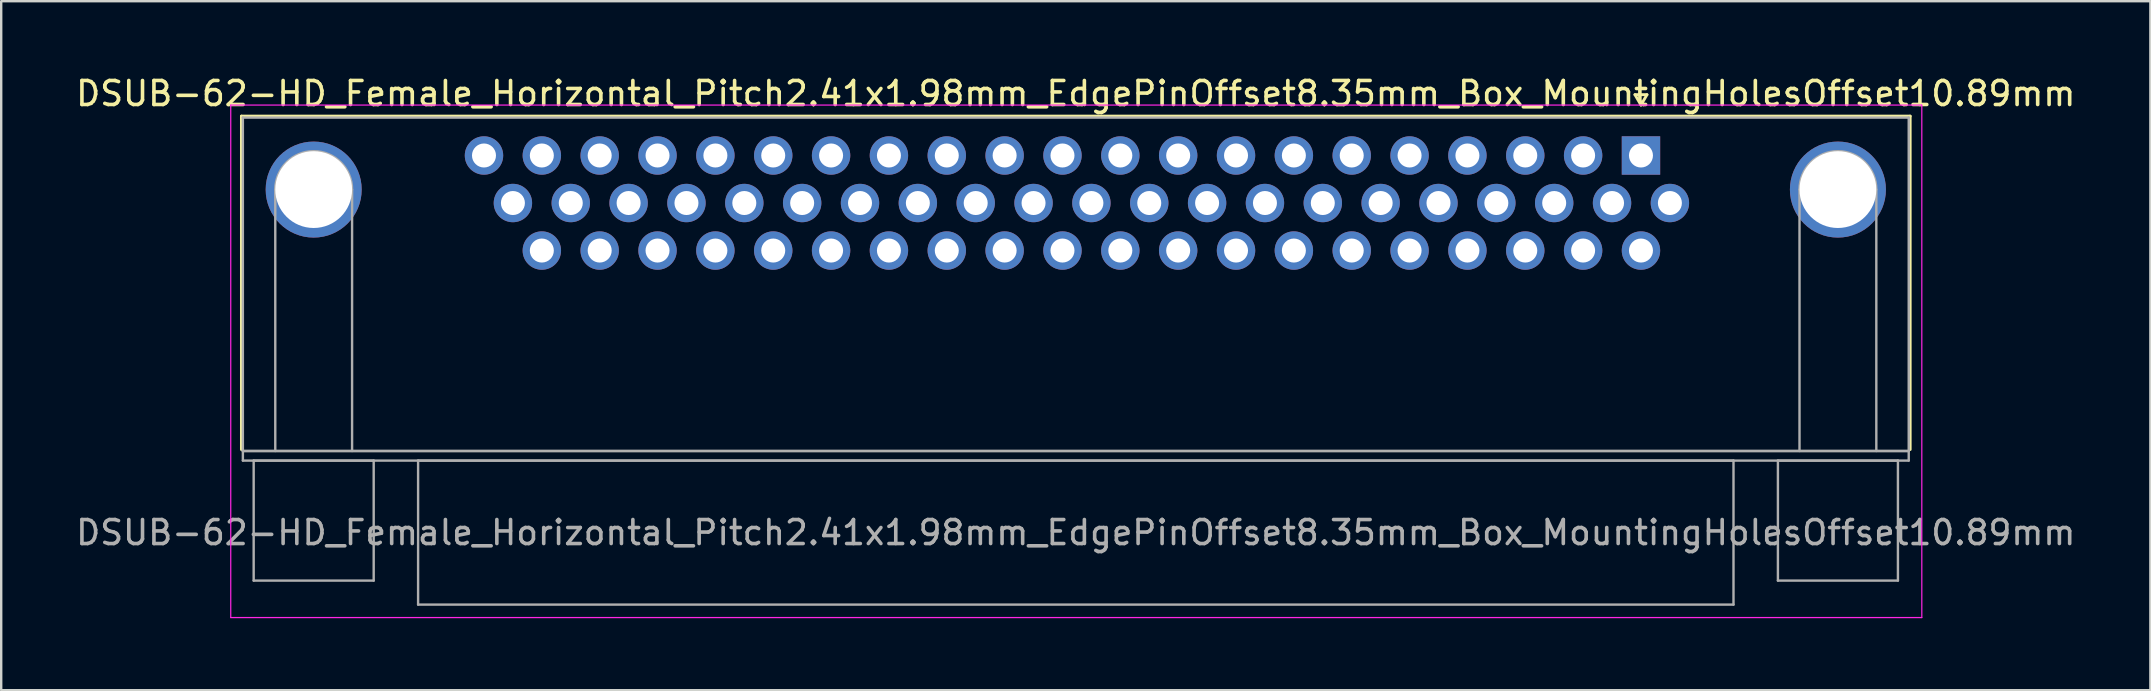
<source format=kicad_pcb>
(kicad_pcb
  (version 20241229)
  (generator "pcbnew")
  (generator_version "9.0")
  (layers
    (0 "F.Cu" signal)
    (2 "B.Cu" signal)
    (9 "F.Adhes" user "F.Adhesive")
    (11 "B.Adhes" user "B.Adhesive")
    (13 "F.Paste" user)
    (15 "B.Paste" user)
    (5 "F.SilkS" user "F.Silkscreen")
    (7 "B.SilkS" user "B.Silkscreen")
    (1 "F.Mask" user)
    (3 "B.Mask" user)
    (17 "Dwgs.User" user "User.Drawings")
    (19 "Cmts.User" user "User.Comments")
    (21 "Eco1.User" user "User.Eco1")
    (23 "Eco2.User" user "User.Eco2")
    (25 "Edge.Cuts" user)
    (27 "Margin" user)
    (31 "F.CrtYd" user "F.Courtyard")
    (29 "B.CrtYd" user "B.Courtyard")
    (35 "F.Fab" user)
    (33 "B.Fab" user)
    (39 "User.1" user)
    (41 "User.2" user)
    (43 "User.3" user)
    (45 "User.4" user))
  (footprint "DSUB-62-HD_Female_Horizontal_Pitch2.41x1.98mm_EdgePinOffset8.35mm_Box_MountingHolesOffset10.89mm"
    (layer "F.Cu")
    (at 65.313 3.428)
    (property "Reference" "DSUB-62-HD_Female_Horizontal_Pitch2.41x1.98mm_EdgePinOffset8.35mm_Box_MountingHolesOffset10.89mm" (at -23.545 -2.58 0) (layer "F.SilkS") (effects (font (size 1 1) (thickness 0.15))))
    (attr through_hole)
    (fp_line (start -58.305 -1.64) (end 11.215 -1.64) (stroke (width 0.12) (type solid)) (layer "F.SilkS"))
    (fp_line (start -58.305 12.25) (end -58.305 -1.64) (stroke (width 0.12) (type solid)) (layer "F.SilkS"))
    (fp_line (start -0.25 -2.534) (end 0.25 -2.534) (stroke (width 0.12) (type solid)) (layer "F.SilkS"))
    (fp_line (start 0 -2.101) (end -0.25 -2.534) (stroke (width 0.12) (type solid)) (layer "F.SilkS"))
    (fp_line (start 0.25 -2.534) (end 0 -2.101) (stroke (width 0.12) (type solid)) (layer "F.SilkS"))
    (fp_line (start 11.215 -1.64) (end 11.215 12.25) (stroke (width 0.12) (type solid)) (layer "F.SilkS"))
    (fp_line (start -58.75 -2.1) (end -58.75 19.25) (stroke (width 0.05) (type solid)) (layer "F.CrtYd"))
    (fp_line (start -58.75 19.25) (end 11.7 19.25) (stroke (width 0.05) (type solid)) (layer "F.CrtYd"))
    (fp_line (start 11.7 -2.1) (end -58.75 -2.1) (stroke (width 0.05) (type solid)) (layer "F.CrtYd"))
    (fp_line (start 11.7 19.25) (end 11.7 -2.1) (stroke (width 0.05) (type solid)) (layer "F.CrtYd"))
    (fp_line (start -58.245 -1.58) (end -58.245 12.31) (stroke (width 0.1) (type solid)) (layer "F.Fab"))
    (fp_line (start -58.245 12.31) (end -58.245 12.71) (stroke (width 0.1) (type solid)) (layer "F.Fab"))
    (fp_line (start -58.245 12.31) (end 11.155 12.31) (stroke (width 0.1) (type solid)) (layer "F.Fab"))
    (fp_line (start -58.245 12.71) (end 11.155 12.71) (stroke (width 0.1) (type solid)) (layer "F.Fab"))
    (fp_line (start -57.795 12.71) (end -57.795 17.71) (stroke (width 0.1) (type solid)) (layer "F.Fab"))
    (fp_line (start -57.795 17.71) (end -52.795 17.71) (stroke (width 0.1) (type solid)) (layer "F.Fab"))
    (fp_line (start -56.895 12.31) (end -56.895 1.42) (stroke (width 0.1) (type solid)) (layer "F.Fab"))
    (fp_line (start -53.695 12.31) (end -53.695 1.42) (stroke (width 0.1) (type solid)) (layer "F.Fab"))
    (fp_line (start -52.795 12.71) (end -57.795 12.71) (stroke (width 0.1) (type solid)) (layer "F.Fab"))
    (fp_line (start -52.795 17.71) (end -52.795 12.71) (stroke (width 0.1) (type solid)) (layer "F.Fab"))
    (fp_line (start -50.945 12.71) (end -50.945 18.71) (stroke (width 0.1) (type solid)) (layer "F.Fab"))
    (fp_line (start -50.945 18.71) (end 3.855 18.71) (stroke (width 0.1) (type solid)) (layer "F.Fab"))
    (fp_line (start 3.855 12.71) (end -50.945 12.71) (stroke (width 0.1) (type solid)) (layer "F.Fab"))
    (fp_line (start 3.855 18.71) (end 3.855 12.71) (stroke (width 0.1) (type solid)) (layer "F.Fab"))
    (fp_line (start 5.705 12.71) (end 5.705 17.71) (stroke (width 0.1) (type solid)) (layer "F.Fab"))
    (fp_line (start 5.705 17.71) (end 10.705 17.71) (stroke (width 0.1) (type solid)) (layer "F.Fab"))
    (fp_line (start 6.605 12.31) (end 6.605 1.42) (stroke (width 0.1) (type solid)) (layer "F.Fab"))
    (fp_line (start 9.805 12.31) (end 9.805 1.42) (stroke (width 0.1) (type solid)) (layer "F.Fab"))
    (fp_line (start 10.705 12.71) (end 5.705 12.71) (stroke (width 0.1) (type solid)) (layer "F.Fab"))
    (fp_line (start 10.705 17.71) (end 10.705 12.71) (stroke (width 0.1) (type solid)) (layer "F.Fab"))
    (fp_line (start 11.155 -1.58) (end -58.245 -1.58) (stroke (width 0.1) (type solid)) (layer "F.Fab"))
    (fp_line (start 11.155 12.31) (end -58.245 12.31) (stroke (width 0.1) (type solid)) (layer "F.Fab"))
    (fp_line (start 11.155 12.31) (end 11.155 -1.58) (stroke (width 0.1) (type solid)) (layer "F.Fab"))
    (fp_line (start 11.155 12.71) (end 11.155 12.31) (stroke (width 0.1) (type solid)) (layer "F.Fab"))
    (fp_arc (start -56.895 1.42) (mid -55.295 -0.18) (end -53.695 1.42) (stroke (width 0.1) (type solid)) (layer "F.Fab"))
    (fp_arc (start 6.605 1.42) (mid 8.205 -0.18) (end 9.805 1.42) (stroke (width 0.1) (type solid)) (layer "F.Fab"))
    (fp_text user "${REFERENCE}" (at -23.545 15.71 0) (layer "F.Fab") (effects (font (size 1 1) (thickness 0.15))))
    (pad "0" thru_hole circle (at -55.295 1.42) (size 4 4) (drill 3.2) (layers "*.Cu" "*.Mask"))
    (pad "0" thru_hole circle (at 8.205 1.42) (size 4 4) (drill 3.2) (layers "*.Cu" "*.Mask"))
    (pad "1" thru_hole rect (at 0 0) (size 1.6 1.6) (drill 1) (layers "*.Cu" "*.Mask"))
    (pad "2" thru_hole circle (at -2.41 0) (size 1.6 1.6) (drill 1) (layers "*.Cu" "*.Mask"))
    (pad "3" thru_hole circle (at -4.82 0) (size 1.6 1.6) (drill 1) (layers "*.Cu" "*.Mask"))
    (pad "4" thru_hole circle (at -7.23 0) (size 1.6 1.6) (drill 1) (layers "*.Cu" "*.Mask"))
    (pad "5" thru_hole circle (at -9.64 0) (size 1.6 1.6) (drill 1) (layers "*.Cu" "*.Mask"))
    (pad "6" thru_hole circle (at -12.05 0) (size 1.6 1.6) (drill 1) (layers "*.Cu" "*.Mask"))
    (pad "7" thru_hole circle (at -14.46 0) (size 1.6 1.6) (drill 1) (layers "*.Cu" "*.Mask"))
    (pad "8" thru_hole circle (at -16.87 0) (size 1.6 1.6) (drill 1) (layers "*.Cu" "*.Mask"))
    (pad "9" thru_hole circle (at -19.28 0) (size 1.6 1.6) (drill 1) (layers "*.Cu" "*.Mask"))
    (pad "10" thru_hole circle (at -21.69 0) (size 1.6 1.6) (drill 1) (layers "*.Cu" "*.Mask"))
    (pad "11" thru_hole circle (at -24.1 0) (size 1.6 1.6) (drill 1) (layers "*.Cu" "*.Mask"))
    (pad "12" thru_hole circle (at -26.51 0) (size 1.6 1.6) (drill 1) (layers "*.Cu" "*.Mask"))
    (pad "13" thru_hole circle (at -28.92 0) (size 1.6 1.6) (drill 1) (layers "*.Cu" "*.Mask"))
    (pad "14" thru_hole circle (at -31.33 0) (size 1.6 1.6) (drill 1) (layers "*.Cu" "*.Mask"))
    (pad "15" thru_hole circle (at -33.74 0) (size 1.6 1.6) (drill 1) (layers "*.Cu" "*.Mask"))
    (pad "16" thru_hole circle (at -36.15 0) (size 1.6 1.6) (drill 1) (layers "*.Cu" "*.Mask"))
    (pad "17" thru_hole circle (at -38.56 0) (size 1.6 1.6) (drill 1) (layers "*.Cu" "*.Mask"))
    (pad "18" thru_hole circle (at -40.97 0) (size 1.6 1.6) (drill 1) (layers "*.Cu" "*.Mask"))
    (pad "19" thru_hole circle (at -43.38 0) (size 1.6 1.6) (drill 1) (layers "*.Cu" "*.Mask"))
    (pad "20" thru_hole circle (at -45.79 0) (size 1.6 1.6) (drill 1) (layers "*.Cu" "*.Mask"))
    (pad "21" thru_hole circle (at -48.2 0) (size 1.6 1.6) (drill 1) (layers "*.Cu" "*.Mask"))
    (pad "22" thru_hole circle (at 1.205 1.98) (size 1.6 1.6) (drill 1) (layers "*.Cu" "*.Mask"))
    (pad "23" thru_hole circle (at -1.205 1.98) (size 1.6 1.6) (drill 1) (layers "*.Cu" "*.Mask"))
    (pad "24" thru_hole circle (at -3.615 1.98) (size 1.6 1.6) (drill 1) (layers "*.Cu" "*.Mask"))
    (pad "25" thru_hole circle (at -6.025 1.98) (size 1.6 1.6) (drill 1) (layers "*.Cu" "*.Mask"))
    (pad "26" thru_hole circle (at -8.435 1.98) (size 1.6 1.6) (drill 1) (layers "*.Cu" "*.Mask"))
    (pad "27" thru_hole circle (at -10.845 1.98) (size 1.6 1.6) (drill 1) (layers "*.Cu" "*.Mask"))
    (pad "28" thru_hole circle (at -13.255 1.98) (size 1.6 1.6) (drill 1) (layers "*.Cu" "*.Mask"))
    (pad "29" thru_hole circle (at -15.665 1.98) (size 1.6 1.6) (drill 1) (layers "*.Cu" "*.Mask"))
    (pad "30" thru_hole circle (at -18.075 1.98) (size 1.6 1.6) (drill 1) (layers "*.Cu" "*.Mask"))
    (pad "31" thru_hole circle (at -20.485 1.98) (size 1.6 1.6) (drill 1) (layers "*.Cu" "*.Mask"))
    (pad "32" thru_hole circle (at -22.895 1.98) (size 1.6 1.6) (drill 1) (layers "*.Cu" "*.Mask"))
    (pad "33" thru_hole circle (at -25.305 1.98) (size 1.6 1.6) (drill 1) (layers "*.Cu" "*.Mask"))
    (pad "34" thru_hole circle (at -27.715 1.98) (size 1.6 1.6) (drill 1) (layers "*.Cu" "*.Mask"))
    (pad "35" thru_hole circle (at -30.125 1.98) (size 1.6 1.6) (drill 1) (layers "*.Cu" "*.Mask"))
    (pad "36" thru_hole circle (at -32.535 1.98) (size 1.6 1.6) (drill 1) (layers "*.Cu" "*.Mask"))
    (pad "37" thru_hole circle (at -34.945 1.98) (size 1.6 1.6) (drill 1) (layers "*.Cu" "*.Mask"))
    (pad "38" thru_hole circle (at -37.355 1.98) (size 1.6 1.6) (drill 1) (layers "*.Cu" "*.Mask"))
    (pad "39" thru_hole circle (at -39.765 1.98) (size 1.6 1.6) (drill 1) (layers "*.Cu" "*.Mask"))
    (pad "40" thru_hole circle (at -42.175 1.98) (size 1.6 1.6) (drill 1) (layers "*.Cu" "*.Mask"))
    (pad "41" thru_hole circle (at -44.585 1.98) (size 1.6 1.6) (drill 1) (layers "*.Cu" "*.Mask"))
    (pad "42" thru_hole circle (at -46.995 1.98) (size 1.6 1.6) (drill 1) (layers "*.Cu" "*.Mask"))
    (pad "43" thru_hole circle (at 0 3.96) (size 1.6 1.6) (drill 1) (layers "*.Cu" "*.Mask"))
    (pad "44" thru_hole circle (at -2.41 3.96) (size 1.6 1.6) (drill 1) (layers "*.Cu" "*.Mask"))
    (pad "45" thru_hole circle (at -4.82 3.96) (size 1.6 1.6) (drill 1) (layers "*.Cu" "*.Mask"))
    (pad "46" thru_hole circle (at -7.23 3.96) (size 1.6 1.6) (drill 1) (layers "*.Cu" "*.Mask"))
    (pad "47" thru_hole circle (at -9.64 3.96) (size 1.6 1.6) (drill 1) (layers "*.Cu" "*.Mask"))
    (pad "48" thru_hole circle (at -12.05 3.96) (size 1.6 1.6) (drill 1) (layers "*.Cu" "*.Mask"))
    (pad "49" thru_hole circle (at -14.46 3.96) (size 1.6 1.6) (drill 1) (layers "*.Cu" "*.Mask"))
    (pad "50" thru_hole circle (at -16.87 3.96) (size 1.6 1.6) (drill 1) (layers "*.Cu" "*.Mask"))
    (pad "51" thru_hole circle (at -19.28 3.96) (size 1.6 1.6) (drill 1) (layers "*.Cu" "*.Mask"))
    (pad "52" thru_hole circle (at -21.69 3.96) (size 1.6 1.6) (drill 1) (layers "*.Cu" "*.Mask"))
    (pad "53" thru_hole circle (at -24.1 3.96) (size 1.6 1.6) (drill 1) (layers "*.Cu" "*.Mask"))
    (pad "54" thru_hole circle (at -26.51 3.96) (size 1.6 1.6) (drill 1) (layers "*.Cu" "*.Mask"))
    (pad "55" thru_hole circle (at -28.92 3.96) (size 1.6 1.6) (drill 1) (layers "*.Cu" "*.Mask"))
    (pad "56" thru_hole circle (at -31.33 3.96) (size 1.6 1.6) (drill 1) (layers "*.Cu" "*.Mask"))
    (pad "57" thru_hole circle (at -33.74 3.96) (size 1.6 1.6) (drill 1) (layers "*.Cu" "*.Mask"))
    (pad "58" thru_hole circle (at -36.15 3.96) (size 1.6 1.6) (drill 1) (layers "*.Cu" "*.Mask"))
    (pad "59" thru_hole circle (at -38.56 3.96) (size 1.6 1.6) (drill 1) (layers "*.Cu" "*.Mask"))
    (pad "60" thru_hole circle (at -40.97 3.96) (size 1.6 1.6) (drill 1) (layers "*.Cu" "*.Mask"))
    (pad "61" thru_hole circle (at -43.38 3.96) (size 1.6 1.6) (drill 1) (layers "*.Cu" "*.Mask"))
    (pad "62" thru_hole circle (at -45.79 3.96) (size 1.6 1.6) (drill 1) (layers "*.Cu" "*.Mask")))
  (gr_rect
    (start -3 -3)
    (end 86.536 25.703)
    (stroke (width 0.1) (type default))
    (fill no)
    (layer "Edge.Cuts")))
</source>
